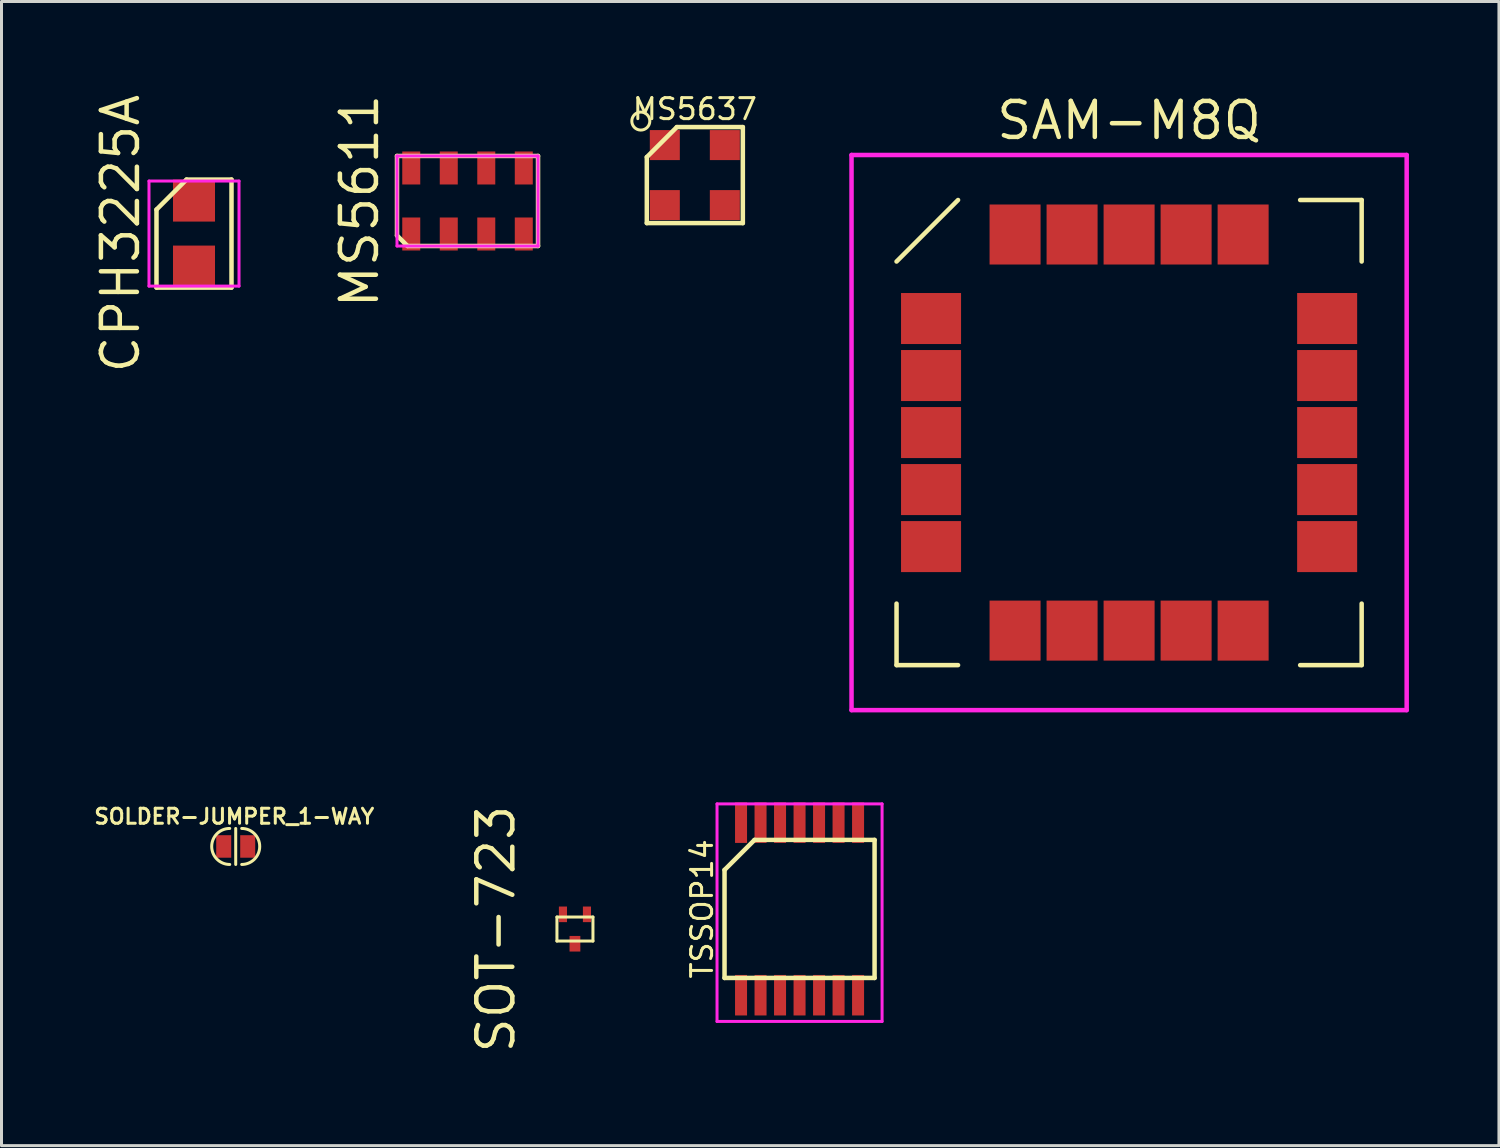
<source format=kicad_pcb>
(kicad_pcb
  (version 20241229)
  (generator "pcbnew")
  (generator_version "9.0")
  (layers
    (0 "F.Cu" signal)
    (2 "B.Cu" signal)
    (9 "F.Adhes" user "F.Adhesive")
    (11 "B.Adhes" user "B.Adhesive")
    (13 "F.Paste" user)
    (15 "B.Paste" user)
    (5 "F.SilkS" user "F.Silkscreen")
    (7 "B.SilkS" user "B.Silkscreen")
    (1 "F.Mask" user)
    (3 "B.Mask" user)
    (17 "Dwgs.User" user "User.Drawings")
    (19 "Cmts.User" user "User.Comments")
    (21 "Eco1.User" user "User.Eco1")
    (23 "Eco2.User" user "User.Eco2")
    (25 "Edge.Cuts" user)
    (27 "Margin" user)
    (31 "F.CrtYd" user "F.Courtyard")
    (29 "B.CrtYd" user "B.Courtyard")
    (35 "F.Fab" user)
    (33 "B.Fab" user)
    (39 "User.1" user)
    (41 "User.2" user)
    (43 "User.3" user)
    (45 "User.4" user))
  (footprint "MS5637"
    (layer "F.Cu")
    (at 20.105 2.785)
    (property "Reference" "MS5637" (at 0 -2.2 0) (layer "F.SilkS") (effects (font (size 0.7 0.7) (thickness 0.1))))
    (attr through_hole)
    (fp_line (start -1.6 -0.6) (end -1.6 1.6) (stroke (width 0.15) (type solid)) (layer "F.SilkS"))
    (fp_line (start -1.6 1.6) (end 1.6 1.6) (stroke (width 0.15) (type solid)) (layer "F.SilkS"))
    (fp_line (start -0.6 -1.6) (end -1.6 -0.6) (stroke (width 0.15) (type solid)) (layer "F.SilkS"))
    (fp_line (start 1.6 -1.6) (end -0.6 -1.6) (stroke (width 0.15) (type solid)) (layer "F.SilkS"))
    (fp_line (start 1.6 1.6) (end 1.6 -1.6) (stroke (width 0.15) (type solid)) (layer "F.SilkS"))
    (fp_circle (center -1.8 -1.8) (end -2.1 -1.8) (stroke (width 0.1) (type solid)) (fill no) (layer "F.SilkS"))
    (pad "1" smd rect (at -1 -1) (size 1 1) (layers "F.Cu" "F.Mask" "F.Paste"))
    (pad "2" smd rect (at -1 1) (size 1 1) (layers "F.Cu" "F.Mask" "F.Paste"))
    (pad "3" smd rect (at 1 1) (size 1 1) (layers "F.Cu" "F.Mask" "F.Paste"))
    (pad "4" smd rect (at 1 -1) (size 1 1) (layers "F.Cu" "F.Mask" "F.Paste")))
  (footprint "CPH3225A"
    (layer "F.Cu")
    (at 3.415 4.734)
    (property "Reference" "CPH3225A" (at -2.45 0 90) (layer "F.SilkS") (effects (font (size 1.2 1.2) (thickness 0.15))))
    (attr through_hole)
    (fp_line (start -1.25 -0.8) (end -1.25 1.8) (stroke (width 0.15) (type solid)) (layer "F.SilkS"))
    (fp_line (start -1.25 1.8) (end 1.25 1.8) (stroke (width 0.15) (type solid)) (layer "F.SilkS"))
    (fp_line (start -0.25 -1.8) (end -1.25 -0.8) (stroke (width 0.15) (type solid)) (layer "F.SilkS"))
    (fp_line (start 1.25 -1.8) (end -0.25 -1.8) (stroke (width 0.15) (type solid)) (layer "F.SilkS"))
    (fp_line (start 1.25 1.8) (end 1.25 -1.8) (stroke (width 0.15) (type solid)) (layer "F.SilkS"))
    (fp_line (start -1.5 -1.75) (end 1.5 -1.75) (stroke (width 0.1) (type solid)) (layer "F.CrtYd"))
    (fp_line (start -1.5 1.75) (end -1.5 -1.75) (stroke (width 0.1) (type solid)) (layer "F.CrtYd"))
    (fp_line (start 1.5 -1.75) (end 1.5 1.75) (stroke (width 0.1) (type solid)) (layer "F.CrtYd"))
    (fp_line (start 1.5 1.75) (end -1.5 1.75) (stroke (width 0.1) (type solid)) (layer "F.CrtYd"))
    (pad "1" smd rect (at 0 1.1) (size 1.4 1.4) (layers "F.Cu" "F.Mask" "F.Paste"))
    (pad "2" smd rect (at 0 -1.1) (size 1.4 1.4) (layers "F.Cu" "F.Mask" "F.Paste")))
  (footprint "SAM-M8Q"
    (layer "F.Cu")
    (at 34.577 11.365)
    (property "Reference" "SAM-M8Q" (at 0 -10.4 0) (layer "F.SilkS") (effects (font (size 1.2 1.2) (thickness 0.15))))
    (attr through_hole)
    (fp_line (start -7.75 -5.7) (end -5.7 -7.75) (stroke (width 0.15) (type solid)) (layer "F.SilkS"))
    (fp_line (start -7.75 7.75) (end -7.75 5.7) (stroke (width 0.15) (type solid)) (layer "F.SilkS"))
    (fp_line (start -5.7 7.75) (end -7.75 7.75) (stroke (width 0.15) (type solid)) (layer "F.SilkS"))
    (fp_line (start 5.7 -7.75) (end 7.75 -7.75) (stroke (width 0.15) (type solid)) (layer "F.SilkS"))
    (fp_line (start 5.7 7.75) (end 7.75 7.75) (stroke (width 0.15) (type solid)) (layer "F.SilkS"))
    (fp_line (start 7.75 -7.75) (end 7.75 -5.7) (stroke (width 0.15) (type solid)) (layer "F.SilkS"))
    (fp_line (start 7.75 7.75) (end 7.75 5.7) (stroke (width 0.15) (type solid)) (layer "F.SilkS"))
    (fp_line (start -9.25 -9.25) (end 9.25 -9.25) (stroke (width 0.15) (type solid)) (layer "F.CrtYd"))
    (fp_line (start -9.25 9.25) (end -9.25 -9.25) (stroke (width 0.15) (type solid)) (layer "F.CrtYd"))
    (fp_line (start 9.25 -9.25) (end 9.25 9.25) (stroke (width 0.15) (type solid)) (layer "F.CrtYd"))
    (fp_line (start 9.25 9.25) (end -9.25 9.25) (stroke (width 0.15) (type solid)) (layer "F.CrtYd"))
    (pad "1" smd rect (at -6.6 -3.8 90) (size 1.7 2) (layers "F.Cu" "F.Mask" "F.Paste"))
    (pad "2" smd rect (at -6.6 -1.9 90) (size 1.7 2) (layers "F.Cu" "F.Mask" "F.Paste"))
    (pad "3" smd rect (at -6.6 0 90) (size 1.7 2) (layers "F.Cu" "F.Mask" "F.Paste"))
    (pad "4" smd rect (at -6.6 1.9 90) (size 1.7 2) (layers "F.Cu" "F.Mask" "F.Paste"))
    (pad "5" smd rect (at -6.6 3.8 90) (size 1.7 2) (layers "F.Cu" "F.Mask" "F.Paste"))
    (pad "6" smd rect (at -3.8 6.6) (size 1.7 2) (layers "F.Cu" "F.Mask" "F.Paste"))
    (pad "7" smd rect (at -1.9 6.6) (size 1.7 2) (layers "F.Cu" "F.Mask" "F.Paste"))
    (pad "8" smd rect (at 0 6.6) (size 1.7 2) (layers "F.Cu" "F.Mask" "F.Paste"))
    (pad "9" smd rect (at 1.9 6.6) (size 1.7 2) (layers "F.Cu" "F.Mask" "F.Paste"))
    (pad "10" smd rect (at 3.8 6.6) (size 1.7 2) (layers "F.Cu" "F.Mask" "F.Paste"))
    (pad "11" smd rect (at 6.6 3.8 90) (size 1.7 2) (layers "F.Cu" "F.Mask" "F.Paste"))
    (pad "12" smd rect (at 6.6 1.9 90) (size 1.7 2) (layers "F.Cu" "F.Mask" "F.Paste"))
    (pad "13" smd rect (at 6.6 0 90) (size 1.7 2) (layers "F.Cu" "F.Mask" "F.Paste"))
    (pad "14" smd rect (at 6.6 -1.9 90) (size 1.7 2) (layers "F.Cu" "F.Mask" "F.Paste"))
    (pad "15" smd rect (at 6.6 -3.8 90) (size 1.7 2) (layers "F.Cu" "F.Mask" "F.Paste"))
    (pad "16" smd rect (at 3.8 -6.6) (size 1.7 2) (layers "F.Cu" "F.Mask" "F.Paste"))
    (pad "17" smd rect (at 1.9 -6.6) (size 1.7 2) (layers "F.Cu" "F.Mask" "F.Paste"))
    (pad "18" smd rect (at 0 -6.6) (size 1.7 2) (layers "F.Cu" "F.Mask" "F.Paste"))
    (pad "19" smd rect (at -1.9 -6.6) (size 1.7 2) (layers "F.Cu" "F.Mask" "F.Paste"))
    (pad "20" smd rect (at -3.8 -6.6) (size 1.7 2) (layers "F.Cu" "F.Mask" "F.Paste")))
  (footprint "SOT-723"
    (layer "F.Cu")
    (at 16.11 27.91)
    (property "Reference" "SOT-723" (at -2.635 0 90) (layer "F.SilkS") (effects (font (size 1.2 1.2) (thickness 0.15))))
    (attr through_hole)
    (fp_line (start -0.6 -0.4) (end -0.6 0.4) (stroke (width 0.1) (type solid)) (layer "F.SilkS"))
    (fp_line (start -0.6 0.4) (end 0.6 0.4) (stroke (width 0.1) (type solid)) (layer "F.SilkS"))
    (fp_line (start 0.6 -0.4) (end -0.6 -0.4) (stroke (width 0.1) (type solid)) (layer "F.SilkS"))
    (fp_line (start 0.6 0.4) (end 0.6 -0.4) (stroke (width 0.1) (type solid)) (layer "F.SilkS"))
    (pad "1" smd rect (at 0.4 -0.49) (size 0.27 0.52) (layers "F.Cu" "F.Mask" "F.Paste"))
    (pad "2" smd rect (at -0.4 -0.49) (size 0.27 0.52) (layers "F.Cu" "F.Mask" "F.Paste"))
    (pad "3" smd rect (at 0 0.49) (size 0.36 0.52) (layers "F.Cu" "F.Mask" "F.Paste")))
  (footprint "MS5611"
    (layer "F.Cu")
    (at 12.53 3.648)
    (property "Reference" "MS5611" (at -3.6 0 90) (layer "F.SilkS") (effects (font (size 1.2 1.2) (thickness 0.15))))
    (attr through_hole)
    (fp_line (start -2.35 -1.5) (end 2.35 -1.5) (stroke (width 0.15) (type solid)) (layer "F.SilkS"))
    (fp_line (start -2.35 1.15) (end -2.35 -1.5) (stroke (width 0.15) (type solid)) (layer "F.SilkS"))
    (fp_line (start -2 1.5) (end -2.35 1.15) (stroke (width 0.15) (type solid)) (layer "F.SilkS"))
    (fp_line (start 2.35 -1.5) (end 2.35 1.5) (stroke (width 0.15) (type solid)) (layer "F.SilkS"))
    (fp_line (start 2.35 1.5) (end -2 1.5) (stroke (width 0.15) (type solid)) (layer "F.SilkS"))
    (fp_line (start -2.35 -1.5) (end 2.35 -1.5) (stroke (width 0.1) (type solid)) (layer "F.CrtYd"))
    (fp_line (start -2.35 1.5) (end -2.35 -1.5) (stroke (width 0.1) (type solid)) (layer "F.CrtYd"))
    (fp_line (start 2.35 -1.5) (end 2.35 1.5) (stroke (width 0.1) (type solid)) (layer "F.CrtYd"))
    (fp_line (start 2.35 1.5) (end -2.35 1.5) (stroke (width 0.1) (type solid)) (layer "F.CrtYd"))
    (pad "1" smd rect (at -1.875 1.1) (size 0.6 1.1) (layers "F.Cu" "F.Mask" "F.Paste"))
    (pad "2" smd rect (at -0.625 1.1) (size 0.6 1.1) (layers "F.Cu" "F.Mask" "F.Paste"))
    (pad "3" smd rect (at 0.625 1.1) (size 0.6 1.1) (layers "F.Cu" "F.Mask" "F.Paste"))
    (pad "4" smd rect (at 1.875 1.1) (size 0.6 1.1) (layers "F.Cu" "F.Mask" "F.Paste"))
    (pad "5" smd rect (at 1.875 -1.1) (size 0.6 1.1) (layers "F.Cu" "F.Mask" "F.Paste"))
    (pad "6" smd rect (at 0.625 -1.1) (size 0.6 1.1) (layers "F.Cu" "F.Mask" "F.Paste"))
    (pad "7" smd rect (at -0.625 -1.1) (size 0.6 1.1) (layers "F.Cu" "F.Mask" "F.Paste"))
    (pad "8" smd rect (at -1.875 -1.1) (size 0.6 1.1) (layers "F.Cu" "F.Mask" "F.Paste")))
  (footprint "TSSOP14"
    (layer "F.Cu")
    (at 23.595 27.24)
    (property "Reference" "TSSOP14" (at -3.25 0 90) (layer "F.SilkS") (effects (font (size 0.7 0.7) (thickness 0.1))))
    (attr through_hole)
    (fp_line (start -2.5 -1.3) (end -2.5 2.3) (stroke (width 0.15) (type solid)) (layer "F.SilkS"))
    (fp_line (start -2.5 2.3) (end 2.5 2.3) (stroke (width 0.15) (type solid)) (layer "F.SilkS"))
    (fp_line (start -1.5 -2.3) (end -2.5 -1.3) (stroke (width 0.15) (type solid)) (layer "F.SilkS"))
    (fp_line (start 2.5 -2.3) (end -1.5 -2.3) (stroke (width 0.15) (type solid)) (layer "F.SilkS"))
    (fp_line (start 2.5 2.3) (end 2.5 -2.3) (stroke (width 0.15) (type solid)) (layer "F.SilkS"))
    (fp_line (start -2.75 -3.5) (end 2.75 -3.5) (stroke (width 0.1) (type solid)) (layer "F.CrtYd"))
    (fp_line (start -2.75 3.75) (end -2.75 -3.5) (stroke (width 0.1) (type solid)) (layer "F.CrtYd"))
    (fp_line (start 2.75 -3.5) (end 2.75 3.75) (stroke (width 0.1) (type solid)) (layer "F.CrtYd"))
    (fp_line (start 2.75 3.75) (end -2.75 3.75) (stroke (width 0.1) (type solid)) (layer "F.CrtYd"))
    (pad "1" smd rect (at -1.95 2.875) (size 0.4 1.35) (layers "F.Cu" "F.Mask" "F.Paste"))
    (pad "2" smd rect (at -1.3 2.875) (size 0.4 1.35) (layers "F.Cu" "F.Mask" "F.Paste"))
    (pad "3" smd rect (at -0.65 2.875) (size 0.4 1.35) (layers "F.Cu" "F.Mask" "F.Paste"))
    (pad "4" smd rect (at 0 2.875) (size 0.4 1.35) (layers "F.Cu" "F.Mask" "F.Paste"))
    (pad "5" smd rect (at 0.65 2.875) (size 0.4 1.35) (layers "F.Cu" "F.Mask" "F.Paste"))
    (pad "6" smd rect (at 1.3 2.875) (size 0.4 1.35) (layers "F.Cu" "F.Mask" "F.Paste"))
    (pad "7" smd rect (at 1.95 2.875) (size 0.4 1.35) (layers "F.Cu" "F.Mask" "F.Paste"))
    (pad "8" smd rect (at 1.95 -2.875) (size 0.4 1.35) (layers "F.Cu" "F.Mask" "F.Paste"))
    (pad "9" smd rect (at 1.3 -2.875) (size 0.4 1.35) (layers "F.Cu" "F.Mask" "F.Paste"))
    (pad "10" smd rect (at 0.65 -2.875) (size 0.4 1.35) (layers "F.Cu" "F.Mask" "F.Paste"))
    (pad "11" smd rect (at 0 -2.875) (size 0.4 1.35) (layers "F.Cu" "F.Mask" "F.Paste"))
    (pad "12" smd rect (at -0.65 -2.875) (size 0.4 1.35) (layers "F.Cu" "F.Mask" "F.Paste"))
    (pad "13" smd rect (at -1.3 -2.875) (size 0.4 1.35) (layers "F.Cu" "F.Mask" "F.Paste"))
    (pad "14" smd rect (at -1.95 -2.875) (size 0.4 1.35) (layers "F.Cu" "F.Mask" "F.Paste")))
  (footprint "SOLDER-JUMPER_1-WAY"
    (layer "F.Cu")
    (at 4.805 25.158)
    (property "Reference" "SOLDER-JUMPER_1-WAY" (at -0.05 -1 0) (layer "F.SilkS") (effects (font (size 0.5 0.5) (thickness 0.1))))
    (attr through_hole)
    (fp_line (start 0 -0.6) (end 0 0.6) (stroke (width 0.1) (type solid)) (layer "F.SilkS"))
    (fp_arc (start -0.2 0.6) (mid -0.8 0) (end -0.2 -0.6) (stroke (width 0.1) (type solid)) (layer "F.SilkS"))
    (fp_arc (start 0.2 -0.6) (mid 0.8 0) (end 0.2 0.6) (stroke (width 0.1) (type solid)) (layer "F.SilkS"))
    (pad "1" smd rect (at -0.4 0) (size 0.5 0.75) (layers "F.Cu" "F.Mask" "F.Paste"))
    (pad "2" smd rect (at 0.4 0) (size 0.5 0.75) (layers "F.Cu" "F.Mask" "F.Paste")))
  (gr_rect
    (start -3 -3)
    (end 46.902 35.129)
    (stroke (width 0.1) (type default))
    (fill no)
    (layer "Edge.Cuts")))
</source>
